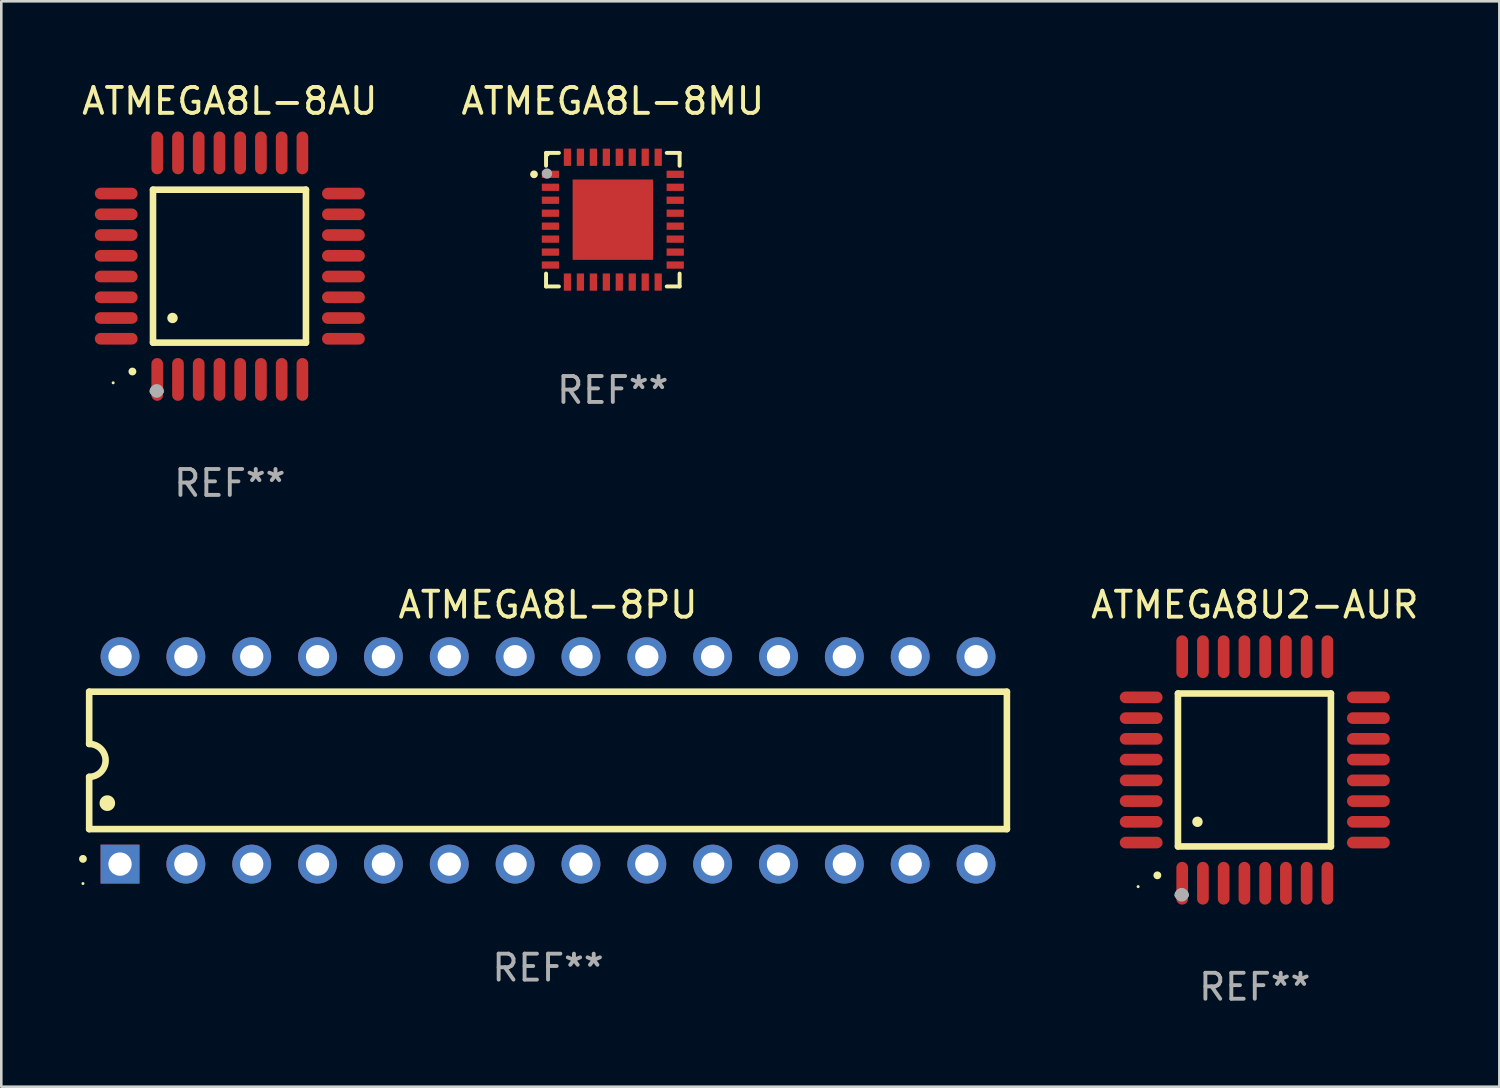
<source format=kicad_pcb>
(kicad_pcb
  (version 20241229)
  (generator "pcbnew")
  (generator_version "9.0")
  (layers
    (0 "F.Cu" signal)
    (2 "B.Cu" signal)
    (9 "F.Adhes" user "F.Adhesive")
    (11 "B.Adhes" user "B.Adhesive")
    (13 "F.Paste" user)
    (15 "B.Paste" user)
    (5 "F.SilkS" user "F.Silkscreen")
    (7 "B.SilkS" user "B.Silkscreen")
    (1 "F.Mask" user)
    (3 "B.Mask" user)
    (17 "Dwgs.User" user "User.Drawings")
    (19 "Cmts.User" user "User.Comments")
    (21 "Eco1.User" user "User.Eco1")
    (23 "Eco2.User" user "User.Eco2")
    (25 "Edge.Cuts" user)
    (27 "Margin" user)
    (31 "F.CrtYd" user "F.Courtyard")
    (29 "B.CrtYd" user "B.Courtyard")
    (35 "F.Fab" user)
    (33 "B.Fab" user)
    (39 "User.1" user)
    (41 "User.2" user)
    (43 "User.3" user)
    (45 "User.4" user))
  (footprint "ATMEGA8L-8AU"
    (layer "F.Cu")
    (at 5.815 7.217)
    (property "Reference" "ATMEGA8L-8AU" (at 0 -6.369 0) (layer "F.SilkS") (effects (font (size 1 1) (thickness 0.15))))
    (attr through_hole)
    (fp_line (start -2.963 -2.95) (end -2.963 2.95) (stroke (width 0.254) (type solid)) (layer "F.SilkS"))
    (fp_line (start -2.963 2.95) (end 2.937 2.95) (stroke (width 0.254) (type solid)) (layer "F.SilkS"))
    (fp_line (start 2.937 -2.95) (end -2.963 -2.95) (stroke (width 0.254) (type solid)) (layer "F.SilkS"))
    (fp_line (start 2.937 2.95) (end 2.937 -2.95) (stroke (width 0.254) (type solid)) (layer "F.SilkS"))
    (fp_arc (start -3.759208 4.064008) (mid -3.757938 4.064003) (end -3.756668 4.064008) (stroke (width 0.3) (type solid)) (layer "F.SilkS"))
    (fp_arc (start -2.212344 1.998984) (mid -2.211074 1.99898) (end -2.209804 1.998984) (stroke (width 0.4) (type solid)) (layer "F.SilkS"))
    (fp_circle (center -4.5 4.5) (end -4.47 4.5) (stroke (width 0.06) (type solid)) (fill no) (layer "F.SilkS"))
    (fp_arc (start -2.967489 4.82601) (mid -2.819406 4.677927) (end -2.671323 4.82601) (stroke (width 0.254001) (type solid)) (layer "F.Fab"))
    (fp_arc (start -2.967488 4.82601) (mid -2.819406 4.791053) (end -2.671324 4.82601) (stroke (width 0.254001) (type solid)) (layer "F.Fab"))
    (fp_circle (center -2.819 4.826) (end -2.692 4.826) (stroke (width 0.254) (type solid)) (fill no) (layer "F.Fab"))
    (fp_text user "REF**" (at 0 8.369 0) (layer "F.Fab") (effects (font (size 1 1) (thickness 0.15))))
    (pad "1" smd oval (at -2.8 4.369) (size 0.45 1.65) (layers "F.Cu" "F.Mask" "F.Paste"))
    (pad "2" smd oval (at -2 4.369) (size 0.45 1.65) (layers "F.Cu" "F.Mask" "F.Paste"))
    (pad "3" smd oval (at -1.2 4.369) (size 0.45 1.65) (layers "F.Cu" "F.Mask" "F.Paste"))
    (pad "4" smd oval (at -0.4 4.369) (size 0.45 1.65) (layers "F.Cu" "F.Mask" "F.Paste"))
    (pad "5" smd oval (at 0.4 4.369) (size 0.45 1.65) (layers "F.Cu" "F.Mask" "F.Paste"))
    (pad "6" smd oval (at 1.2 4.369) (size 0.45 1.65) (layers "F.Cu" "F.Mask" "F.Paste"))
    (pad "7" smd oval (at 2 4.369) (size 0.45 1.65) (layers "F.Cu" "F.Mask" "F.Paste"))
    (pad "8" smd oval (at 2.8 4.369) (size 0.45 1.65) (layers "F.Cu" "F.Mask" "F.Paste"))
    (pad "9" smd oval (at 4.382 2.8) (size 1.65 0.45) (layers "F.Cu" "F.Mask" "F.Paste"))
    (pad "10" smd oval (at 4.382 2) (size 1.65 0.45) (layers "F.Cu" "F.Mask" "F.Paste"))
    (pad "11" smd oval (at 4.382 1.2) (size 1.65 0.45) (layers "F.Cu" "F.Mask" "F.Paste"))
    (pad "12" smd oval (at 4.382 0.4) (size 1.65 0.45) (layers "F.Cu" "F.Mask" "F.Paste"))
    (pad "13" smd oval (at 4.382 -0.4) (size 1.65 0.45) (layers "F.Cu" "F.Mask" "F.Paste"))
    (pad "14" smd oval (at 4.382 -1.2) (size 1.65 0.45) (layers "F.Cu" "F.Mask" "F.Paste"))
    (pad "15" smd oval (at 4.382 -2) (size 1.65 0.45) (layers "F.Cu" "F.Mask" "F.Paste"))
    (pad "16" smd oval (at 4.382 -2.8) (size 1.65 0.45) (layers "F.Cu" "F.Mask" "F.Paste"))
    (pad "17" smd oval (at 2.8 -4.369) (size 0.45 1.65) (layers "F.Cu" "F.Mask" "F.Paste"))
    (pad "18" smd oval (at 2 -4.369) (size 0.45 1.65) (layers "F.Cu" "F.Mask" "F.Paste"))
    (pad "19" smd oval (at 1.2 -4.369) (size 0.45 1.65) (layers "F.Cu" "F.Mask" "F.Paste"))
    (pad "20" smd oval (at 0.4 -4.369) (size 0.45 1.65) (layers "F.Cu" "F.Mask" "F.Paste"))
    (pad "21" smd oval (at -0.4 -4.369) (size 0.45 1.65) (layers "F.Cu" "F.Mask" "F.Paste"))
    (pad "22" smd oval (at -1.2 -4.369) (size 0.45 1.65) (layers "F.Cu" "F.Mask" "F.Paste"))
    (pad "23" smd oval (at -2 -4.369) (size 0.45 1.65) (layers "F.Cu" "F.Mask" "F.Paste"))
    (pad "24" smd oval (at -2.8 -4.369) (size 0.45 1.65) (layers "F.Cu" "F.Mask" "F.Paste"))
    (pad "25" smd oval (at -4.382 -2.8) (size 1.65 0.45) (layers "F.Cu" "F.Mask" "F.Paste"))
    (pad "26" smd oval (at -4.382 -2) (size 1.65 0.45) (layers "F.Cu" "F.Mask" "F.Paste"))
    (pad "27" smd oval (at -4.382 -1.2) (size 1.65 0.45) (layers "F.Cu" "F.Mask" "F.Paste"))
    (pad "28" smd oval (at -4.382 -0.4) (size 1.65 0.45) (layers "F.Cu" "F.Mask" "F.Paste"))
    (pad "29" smd oval (at -4.382 0.4) (size 1.65 0.45) (layers "F.Cu" "F.Mask" "F.Paste"))
    (pad "30" smd oval (at -4.382 1.2) (size 1.65 0.45) (layers "F.Cu" "F.Mask" "F.Paste"))
    (pad "31" smd oval (at -4.382 2) (size 1.65 0.45) (layers "F.Cu" "F.Mask" "F.Paste"))
    (pad "32" smd oval (at -4.382 2.8) (size 1.65 0.45) (layers "F.Cu" "F.Mask" "F.Paste")))
  (footprint "ATMEGA8L-8MU"
    (layer "F.Cu")
    (at 20.589 5.424)
    (property "Reference" "ATMEGA8L-8MU" (at 0 -4.576 0) (layer "F.SilkS") (effects (font (size 1 1) (thickness 0.15))))
    (attr through_hole)
    (fp_line (start -2.576 -2.576) (end -2.576 -2.08) (stroke (width 0.152) (type solid)) (layer "F.SilkS"))
    (fp_line (start -2.576 2.576) (end -2.576 2.08) (stroke (width 0.152) (type solid)) (layer "F.SilkS"))
    (fp_line (start -2.08 -2.576) (end -2.576 -2.576) (stroke (width 0.152) (type solid)) (layer "F.SilkS"))
    (fp_line (start -2.08 2.576) (end -2.576 2.576) (stroke (width 0.152) (type solid)) (layer "F.SilkS"))
    (fp_line (start 2.08 -2.576) (end 2.576 -2.576) (stroke (width 0.152) (type solid)) (layer "F.SilkS"))
    (fp_line (start 2.08 2.576) (end 2.576 2.576) (stroke (width 0.152) (type solid)) (layer "F.SilkS"))
    (fp_line (start 2.576 -2.576) (end 2.576 -2.08) (stroke (width 0.152) (type solid)) (layer "F.SilkS"))
    (fp_line (start 2.576 2.576) (end 2.576 2.08) (stroke (width 0.152) (type solid)) (layer "F.SilkS"))
    (fp_circle (center -3.04 -1.75) (end -2.965 -1.75) (stroke (width 0.15) (type solid)) (fill no) (layer "F.SilkS"))
    (fp_circle (center -2.5 -2.5) (end -2.47 -2.5) (stroke (width 0.06) (type solid)) (fill no) (layer "F.SilkS"))
    (fp_circle (center -2.54 -1.778) (end -2.44 -1.778) (stroke (width 0.2) (type solid)) (fill no) (layer "F.Fab"))
    (fp_text user "REF**" (at 0 6.576 0) (layer "F.Fab") (effects (font (size 1 1) (thickness 0.15))))
    (pad "1" smd rect (at -2.407 -1.75) (size 0.665 0.28) (layers "F.Cu" "F.Mask" "F.Paste"))
    (pad "2" smd rect (at -2.407 -1.25) (size 0.665 0.28) (layers "F.Cu" "F.Mask" "F.Paste"))
    (pad "3" smd rect (at -2.407 -0.75) (size 0.665 0.28) (layers "F.Cu" "F.Mask" "F.Paste"))
    (pad "4" smd rect (at -2.407 -0.25) (size 0.665 0.28) (layers "F.Cu" "F.Mask" "F.Paste"))
    (pad "5" smd rect (at -2.407 0.25) (size 0.665 0.28) (layers "F.Cu" "F.Mask" "F.Paste"))
    (pad "6" smd rect (at -2.407 0.75) (size 0.665 0.28) (layers "F.Cu" "F.Mask" "F.Paste"))
    (pad "7" smd rect (at -2.407 1.25) (size 0.665 0.28) (layers "F.Cu" "F.Mask" "F.Paste"))
    (pad "8" smd rect (at -2.407 1.75) (size 0.665 0.28) (layers "F.Cu" "F.Mask" "F.Paste"))
    (pad "9" smd rect (at -1.75 2.407) (size 0.28 0.665) (layers "F.Cu" "F.Mask" "F.Paste"))
    (pad "10" smd rect (at -1.25 2.407) (size 0.28 0.665) (layers "F.Cu" "F.Mask" "F.Paste"))
    (pad "11" smd rect (at -0.75 2.407) (size 0.28 0.665) (layers "F.Cu" "F.Mask" "F.Paste"))
    (pad "12" smd rect (at -0.25 2.407) (size 0.28 0.665) (layers "F.Cu" "F.Mask" "F.Paste"))
    (pad "13" smd rect (at 0.25 2.407) (size 0.28 0.665) (layers "F.Cu" "F.Mask" "F.Paste"))
    (pad "14" smd rect (at 0.75 2.407) (size 0.28 0.665) (layers "F.Cu" "F.Mask" "F.Paste"))
    (pad "15" smd rect (at 1.25 2.407) (size 0.28 0.665) (layers "F.Cu" "F.Mask" "F.Paste"))
    (pad "16" smd rect (at 1.75 2.407) (size 0.28 0.665) (layers "F.Cu" "F.Mask" "F.Paste"))
    (pad "17" smd rect (at 2.407 1.75) (size 0.665 0.28) (layers "F.Cu" "F.Mask" "F.Paste"))
    (pad "18" smd rect (at 2.407 1.25) (size 0.665 0.28) (layers "F.Cu" "F.Mask" "F.Paste"))
    (pad "19" smd rect (at 2.407 0.75) (size 0.665 0.28) (layers "F.Cu" "F.Mask" "F.Paste"))
    (pad "20" smd rect (at 2.407 0.25) (size 0.665 0.28) (layers "F.Cu" "F.Mask" "F.Paste"))
    (pad "21" smd rect (at 2.407 -0.25) (size 0.665 0.28) (layers "F.Cu" "F.Mask" "F.Paste"))
    (pad "22" smd rect (at 2.407 -0.75) (size 0.665 0.28) (layers "F.Cu" "F.Mask" "F.Paste"))
    (pad "23" smd rect (at 2.407 -1.25) (size 0.665 0.28) (layers "F.Cu" "F.Mask" "F.Paste"))
    (pad "24" smd rect (at 2.407 -1.75) (size 0.665 0.28) (layers "F.Cu" "F.Mask" "F.Paste"))
    (pad "25" smd rect (at 1.75 -2.408) (size 0.28 0.665) (layers "F.Cu" "F.Mask" "F.Paste"))
    (pad "26" smd rect (at 1.25 -2.408) (size 0.28 0.665) (layers "F.Cu" "F.Mask" "F.Paste"))
    (pad "27" smd rect (at 0.75 -2.408) (size 0.28 0.665) (layers "F.Cu" "F.Mask" "F.Paste"))
    (pad "28" smd rect (at 0.25 -2.408) (size 0.28 0.665) (layers "F.Cu" "F.Mask" "F.Paste"))
    (pad "29" smd rect (at -0.25 -2.408) (size 0.28 0.665) (layers "F.Cu" "F.Mask" "F.Paste"))
    (pad "30" smd rect (at -0.75 -2.408) (size 0.28 0.665) (layers "F.Cu" "F.Mask" "F.Paste"))
    (pad "31" smd rect (at -1.25 -2.408) (size 0.28 0.665) (layers "F.Cu" "F.Mask" "F.Paste"))
    (pad "32" smd rect (at -1.75 -2.408) (size 0.28 0.665) (layers "F.Cu" "F.Mask" "F.Paste"))
    (pad "33" smd rect (at -0.000076 -0.000102) (size 3.1 3.1) (layers "F.Cu" "F.Mask" "F.Paste")))
  (footprint "ATMEGA8L-8PU"
    (layer "F.Cu")
    (at 18.09 26.282)
    (property "Reference" "ATMEGA8L-8PU" (at 0 -6 0) (layer "F.SilkS") (effects (font (size 1 1) (thickness 0.15))))
    (attr through_hole)
    (fp_line (start -17.7 -2.65) (end 17.7 -2.65) (stroke (width 0.254) (type solid)) (layer "F.SilkS"))
    (fp_line (start -17.7 -0.635) (end -17.7 -2.65) (stroke (width 0.254) (type solid)) (layer "F.SilkS"))
    (fp_line (start -17.7 2.65) (end -17.7 0.635) (stroke (width 0.254) (type solid)) (layer "F.SilkS"))
    (fp_line (start 17.7 -2.65) (end 17.7 2.65) (stroke (width 0.254) (type solid)) (layer "F.SilkS"))
    (fp_line (start 17.7 2.65) (end -17.7 2.65) (stroke (width 0.254) (type solid)) (layer "F.SilkS"))
    (fp_arc (start -17.940056 3.799848) (mid -17.940061 3.798578) (end -17.940056 3.797308) (stroke (width 0.3) (type solid)) (layer "F.SilkS"))
    (fp_arc (start -17.701295 -0.635001) (mid -17.066294 0) (end -17.701295 0.635001) (stroke (width 0.254001) (type solid)) (layer "F.SilkS"))
    (fp_arc (start -17.000254 1.651003) (mid -17.000265 1.648463) (end -17.000254 1.645923) (stroke (width 0.6) (type solid)) (layer "F.SilkS"))
    (fp_circle (center -17.94 4.75) (end -17.91 4.75) (stroke (width 0.06) (type solid)) (fill no) (layer "F.SilkS"))
    (fp_text user "REF**" (at 0 8 0) (layer "F.Fab") (effects (font (size 1 1) (thickness 0.15))))
    (pad "1" thru_hole rect (at -16.51 4 90) (size 1.5 1.5) (drill 0.9) (layers "*.Cu" "*.Mask"))
    (pad "2" thru_hole circle (at -13.97 4) (size 1.5 1.5) (drill 0.9) (layers "*.Cu" "*.Mask"))
    (pad "3" thru_hole circle (at -11.43 4) (size 1.5 1.5) (drill 0.9) (layers "*.Cu" "*.Mask"))
    (pad "4" thru_hole circle (at -8.89 4) (size 1.5 1.5) (drill 0.9) (layers "*.Cu" "*.Mask"))
    (pad "5" thru_hole circle (at -6.35 4) (size 1.5 1.5) (drill 0.9) (layers "*.Cu" "*.Mask"))
    (pad "6" thru_hole circle (at -3.81 4) (size 1.5 1.5) (drill 0.9) (layers "*.Cu" "*.Mask"))
    (pad "7" thru_hole circle (at -1.27 4) (size 1.5 1.5) (drill 0.9) (layers "*.Cu" "*.Mask"))
    (pad "8" thru_hole circle (at 1.27 4) (size 1.5 1.5) (drill 0.9) (layers "*.Cu" "*.Mask"))
    (pad "9" thru_hole circle (at 3.81 4) (size 1.5 1.5) (drill 0.9) (layers "*.Cu" "*.Mask"))
    (pad "10" thru_hole circle (at 6.35 4) (size 1.5 1.5) (drill 0.9) (layers "*.Cu" "*.Mask"))
    (pad "11" thru_hole circle (at 8.89 4) (size 1.5 1.5) (drill 0.9) (layers "*.Cu" "*.Mask"))
    (pad "12" thru_hole circle (at 11.43 4) (size 1.5 1.5) (drill 0.9) (layers "*.Cu" "*.Mask"))
    (pad "13" thru_hole circle (at 13.97 4) (size 1.5 1.5) (drill 0.9) (layers "*.Cu" "*.Mask"))
    (pad "14" thru_hole circle (at 16.51 4) (size 1.5 1.5) (drill 0.9) (layers "*.Cu" "*.Mask"))
    (pad "15" thru_hole circle (at 16.51 -4) (size 1.5 1.5) (drill 0.9) (layers "*.Cu" "*.Mask"))
    (pad "16" thru_hole circle (at 13.97 -4) (size 1.5 1.5) (drill 0.9) (layers "*.Cu" "*.Mask"))
    (pad "17" thru_hole circle (at 11.43 -4) (size 1.5 1.5) (drill 0.9) (layers "*.Cu" "*.Mask"))
    (pad "18" thru_hole circle (at 8.89 -4) (size 1.5 1.5) (drill 0.9) (layers "*.Cu" "*.Mask"))
    (pad "19" thru_hole circle (at 6.35 -4) (size 1.5 1.5) (drill 0.9) (layers "*.Cu" "*.Mask"))
    (pad "20" thru_hole circle (at 3.81 -4) (size 1.5 1.5) (drill 0.9) (layers "*.Cu" "*.Mask"))
    (pad "21" thru_hole circle (at 1.27 -4) (size 1.5 1.5) (drill 0.9) (layers "*.Cu" "*.Mask"))
    (pad "22" thru_hole circle (at -1.27 -4) (size 1.5 1.5) (drill 0.9) (layers "*.Cu" "*.Mask"))
    (pad "23" thru_hole circle (at -3.81 -4) (size 1.5 1.5) (drill 0.9) (layers "*.Cu" "*.Mask"))
    (pad "24" thru_hole circle (at -6.35 -4) (size 1.5 1.5) (drill 0.9) (layers "*.Cu" "*.Mask"))
    (pad "25" thru_hole circle (at -8.89 -4) (size 1.5 1.5) (drill 0.9) (layers "*.Cu" "*.Mask"))
    (pad "26" thru_hole circle (at -11.43 -4) (size 1.5 1.5) (drill 0.9) (layers "*.Cu" "*.Mask"))
    (pad "27" thru_hole circle (at -13.97 -4) (size 1.5 1.5) (drill 0.9) (layers "*.Cu" "*.Mask"))
    (pad "28" thru_hole circle (at -16.51 -4) (size 1.5 1.5) (drill 0.9) (layers "*.Cu" "*.Mask")))
  (footprint "ATMEGA8U2-AUR"
    (layer "F.Cu")
    (at 45.352 26.651)
    (property "Reference" "ATMEGA8U2-AUR" (at 0 -6.369 0) (layer "F.SilkS") (effects (font (size 1 1) (thickness 0.15))))
    (attr through_hole)
    (fp_line (start -2.963 -2.95) (end -2.963 2.95) (stroke (width 0.254) (type solid)) (layer "F.SilkS"))
    (fp_line (start -2.963 2.95) (end 2.937 2.95) (stroke (width 0.254) (type solid)) (layer "F.SilkS"))
    (fp_line (start 2.937 -2.95) (end -2.963 -2.95) (stroke (width 0.254) (type solid)) (layer "F.SilkS"))
    (fp_line (start 2.937 2.95) (end 2.937 -2.95) (stroke (width 0.254) (type solid)) (layer "F.SilkS"))
    (fp_arc (start -3.759208 4.064008) (mid -3.757938 4.064003) (end -3.756668 4.064008) (stroke (width 0.3) (type solid)) (layer "F.SilkS"))
    (fp_arc (start -2.212344 1.998984) (mid -2.211074 1.99898) (end -2.209804 1.998984) (stroke (width 0.4) (type solid)) (layer "F.SilkS"))
    (fp_circle (center -4.5 4.5) (end -4.47 4.5) (stroke (width 0.06) (type solid)) (fill no) (layer "F.SilkS"))
    (fp_arc (start -2.967489 4.82601) (mid -2.819406 4.677927) (end -2.671323 4.82601) (stroke (width 0.254001) (type solid)) (layer "F.Fab"))
    (fp_arc (start -2.967488 4.82601) (mid -2.819406 4.791053) (end -2.671324 4.82601) (stroke (width 0.254001) (type solid)) (layer "F.Fab"))
    (fp_circle (center -2.819 4.826) (end -2.692 4.826) (stroke (width 0.254) (type solid)) (fill no) (layer "F.Fab"))
    (fp_text user "REF**" (at 0 8.369 0) (layer "F.Fab") (effects (font (size 1 1) (thickness 0.15))))
    (pad "1" smd oval (at -2.8 4.369) (size 0.45 1.65) (layers "F.Cu" "F.Mask" "F.Paste"))
    (pad "2" smd oval (at -2 4.369) (size 0.45 1.65) (layers "F.Cu" "F.Mask" "F.Paste"))
    (pad "3" smd oval (at -1.2 4.369) (size 0.45 1.65) (layers "F.Cu" "F.Mask" "F.Paste"))
    (pad "4" smd oval (at -0.4 4.369) (size 0.45 1.65) (layers "F.Cu" "F.Mask" "F.Paste"))
    (pad "5" smd oval (at 0.4 4.369) (size 0.45 1.65) (layers "F.Cu" "F.Mask" "F.Paste"))
    (pad "6" smd oval (at 1.2 4.369) (size 0.45 1.65) (layers "F.Cu" "F.Mask" "F.Paste"))
    (pad "7" smd oval (at 2 4.369) (size 0.45 1.65) (layers "F.Cu" "F.Mask" "F.Paste"))
    (pad "8" smd oval (at 2.8 4.369) (size 0.45 1.65) (layers "F.Cu" "F.Mask" "F.Paste"))
    (pad "9" smd oval (at 4.382 2.8) (size 1.65 0.45) (layers "F.Cu" "F.Mask" "F.Paste"))
    (pad "10" smd oval (at 4.382 2) (size 1.65 0.45) (layers "F.Cu" "F.Mask" "F.Paste"))
    (pad "11" smd oval (at 4.382 1.2) (size 1.65 0.45) (layers "F.Cu" "F.Mask" "F.Paste"))
    (pad "12" smd oval (at 4.382 0.4) (size 1.65 0.45) (layers "F.Cu" "F.Mask" "F.Paste"))
    (pad "13" smd oval (at 4.382 -0.4) (size 1.65 0.45) (layers "F.Cu" "F.Mask" "F.Paste"))
    (pad "14" smd oval (at 4.382 -1.2) (size 1.65 0.45) (layers "F.Cu" "F.Mask" "F.Paste"))
    (pad "15" smd oval (at 4.382 -2) (size 1.65 0.45) (layers "F.Cu" "F.Mask" "F.Paste"))
    (pad "16" smd oval (at 4.382 -2.8) (size 1.65 0.45) (layers "F.Cu" "F.Mask" "F.Paste"))
    (pad "17" smd oval (at 2.8 -4.369) (size 0.45 1.65) (layers "F.Cu" "F.Mask" "F.Paste"))
    (pad "18" smd oval (at 2 -4.369) (size 0.45 1.65) (layers "F.Cu" "F.Mask" "F.Paste"))
    (pad "19" smd oval (at 1.2 -4.369) (size 0.45 1.65) (layers "F.Cu" "F.Mask" "F.Paste"))
    (pad "20" smd oval (at 0.4 -4.369) (size 0.45 1.65) (layers "F.Cu" "F.Mask" "F.Paste"))
    (pad "21" smd oval (at -0.4 -4.369) (size 0.45 1.65) (layers "F.Cu" "F.Mask" "F.Paste"))
    (pad "22" smd oval (at -1.2 -4.369) (size 0.45 1.65) (layers "F.Cu" "F.Mask" "F.Paste"))
    (pad "23" smd oval (at -2 -4.369) (size 0.45 1.65) (layers "F.Cu" "F.Mask" "F.Paste"))
    (pad "24" smd oval (at -2.8 -4.369) (size 0.45 1.65) (layers "F.Cu" "F.Mask" "F.Paste"))
    (pad "25" smd oval (at -4.382 -2.8) (size 1.65 0.45) (layers "F.Cu" "F.Mask" "F.Paste"))
    (pad "26" smd oval (at -4.382 -2) (size 1.65 0.45) (layers "F.Cu" "F.Mask" "F.Paste"))
    (pad "27" smd oval (at -4.382 -1.2) (size 1.65 0.45) (layers "F.Cu" "F.Mask" "F.Paste"))
    (pad "28" smd oval (at -4.382 -0.4) (size 1.65 0.45) (layers "F.Cu" "F.Mask" "F.Paste"))
    (pad "29" smd oval (at -4.382 0.4) (size 1.65 0.45) (layers "F.Cu" "F.Mask" "F.Paste"))
    (pad "30" smd oval (at -4.382 1.2) (size 1.65 0.45) (layers "F.Cu" "F.Mask" "F.Paste"))
    (pad "31" smd oval (at -4.382 2) (size 1.65 0.45) (layers "F.Cu" "F.Mask" "F.Paste"))
    (pad "32" smd oval (at -4.382 2.8) (size 1.65 0.45) (layers "F.Cu" "F.Mask" "F.Paste")))
  (gr_rect
    (start -3 -3)
    (end 54.786 38.868)
    (stroke (width 0.1) (type default))
    (fill no)
    (layer "Edge.Cuts")))
</source>
